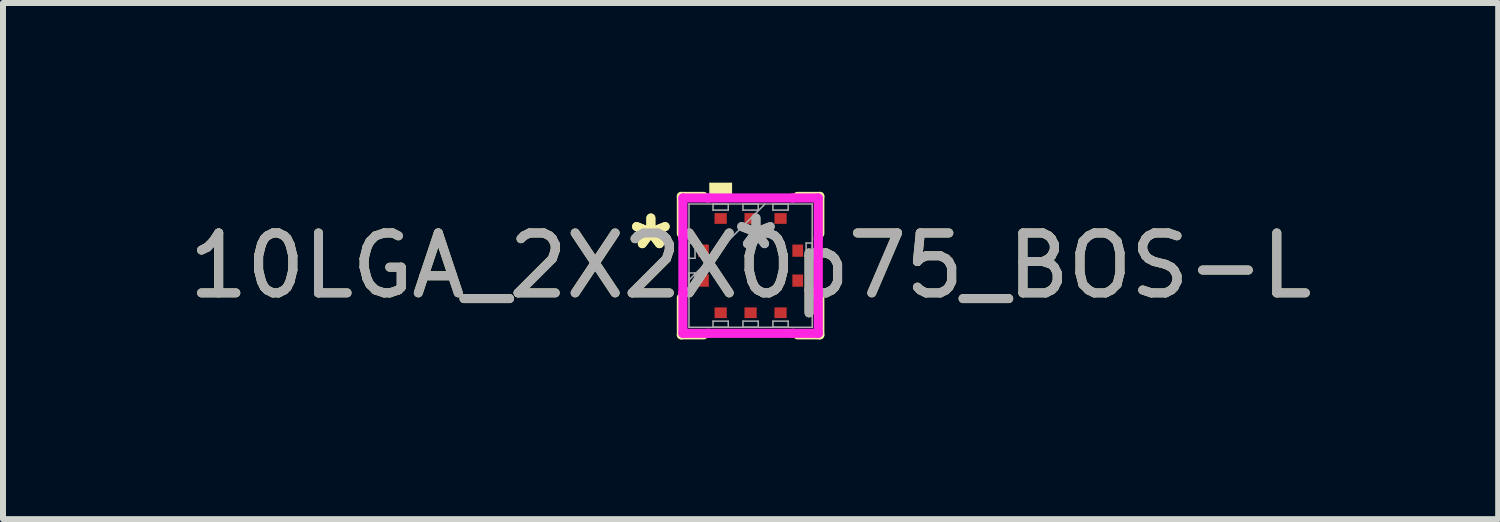
<source format=kicad_pcb>
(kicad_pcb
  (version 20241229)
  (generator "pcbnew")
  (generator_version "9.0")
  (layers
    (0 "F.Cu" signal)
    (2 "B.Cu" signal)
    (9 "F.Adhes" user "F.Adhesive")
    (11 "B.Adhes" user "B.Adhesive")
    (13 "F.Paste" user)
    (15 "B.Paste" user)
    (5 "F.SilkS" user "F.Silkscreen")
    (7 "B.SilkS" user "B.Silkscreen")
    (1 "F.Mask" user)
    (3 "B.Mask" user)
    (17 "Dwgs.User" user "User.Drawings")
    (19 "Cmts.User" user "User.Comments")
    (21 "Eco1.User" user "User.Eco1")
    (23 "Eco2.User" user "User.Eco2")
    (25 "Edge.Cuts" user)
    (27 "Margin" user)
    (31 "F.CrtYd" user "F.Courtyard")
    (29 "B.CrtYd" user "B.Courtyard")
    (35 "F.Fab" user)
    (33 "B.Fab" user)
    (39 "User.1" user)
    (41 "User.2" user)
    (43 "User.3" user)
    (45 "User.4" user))
  (footprint "10LGA_2X2X0p75_BOS-L"
    (layer "F.Cu")
    (at 9.482 1.385)
    (property "Reference" "10LGA_2X2X0p75_BOS-L" (at 0 0 0) (unlocked yes) (layer "F.SilkS") (effects (font (size 1 1) (thickness 0.15))))
    (attr smd)
    (fp_line (start -1.156 -1.156) (end -1.156 -0.534) (stroke (width 0.152) (type solid)) (layer "F.SilkS"))
    (fp_line (start -1.156 0.534) (end -1.156 1.156) (stroke (width 0.152) (type solid)) (layer "F.SilkS"))
    (fp_line (start -1.156 1.156) (end -0.784 1.156) (stroke (width 0.152) (type solid)) (layer "F.SilkS"))
    (fp_line (start -0.784 -1.156) (end -1.156 -1.156) (stroke (width 0.152) (type solid)) (layer "F.SilkS"))
    (fp_line (start 0.784 1.156) (end 1.156 1.156) (stroke (width 0.152) (type solid)) (layer "F.SilkS"))
    (fp_line (start 1.156 -1.156) (end 0.784 -1.156) (stroke (width 0.152) (type solid)) (layer "F.SilkS"))
    (fp_line (start 1.156 -0.534) (end 1.156 -1.156) (stroke (width 0.152) (type solid)) (layer "F.SilkS"))
    (fp_line (start 1.156 1.156) (end 1.156 0.534) (stroke (width 0.152) (type solid)) (layer "F.SilkS"))
    (fp_poly (pts (xy -0.69 -1.131) (xy -0.69 -1.385) (xy -0.309 -1.385) (xy -0.309 -1.131)) (stroke (width 0) (type solid)) (fill yes) (layer "F.SilkS"))
    (fp_line (start -1.13 -1.13) (end -0.704 -1.13) (stroke (width 0.152) (type solid)) (layer "F.CrtYd"))
    (fp_line (start -1.13 -0.454) (end -1.13 -1.13) (stroke (width 0.152) (type solid)) (layer "F.CrtYd"))
    (fp_line (start -1.13 -0.454) (end -1.13 -0.454) (stroke (width 0.152) (type solid)) (layer "F.CrtYd"))
    (fp_line (start -1.13 0.454) (end -1.13 -0.454) (stroke (width 0.152) (type solid)) (layer "F.CrtYd"))
    (fp_line (start -1.13 0.454) (end -1.13 0.454) (stroke (width 0.152) (type solid)) (layer "F.CrtYd"))
    (fp_line (start -1.13 1.13) (end -1.13 0.454) (stroke (width 0.152) (type solid)) (layer "F.CrtYd"))
    (fp_line (start -0.704 -1.13) (end -0.704 -1.13) (stroke (width 0.152) (type solid)) (layer "F.CrtYd"))
    (fp_line (start -0.704 -1.13) (end 0.704 -1.13) (stroke (width 0.152) (type solid)) (layer "F.CrtYd"))
    (fp_line (start -0.704 1.13) (end -1.13 1.13) (stroke (width 0.152) (type solid)) (layer "F.CrtYd"))
    (fp_line (start -0.704 1.13) (end -0.704 1.13) (stroke (width 0.152) (type solid)) (layer "F.CrtYd"))
    (fp_line (start 0.704 -1.13) (end 0.704 -1.13) (stroke (width 0.152) (type solid)) (layer "F.CrtYd"))
    (fp_line (start 0.704 -1.13) (end 1.13 -1.13) (stroke (width 0.152) (type solid)) (layer "F.CrtYd"))
    (fp_line (start 0.704 1.13) (end -0.704 1.13) (stroke (width 0.152) (type solid)) (layer "F.CrtYd"))
    (fp_line (start 0.704 1.13) (end 0.704 1.13) (stroke (width 0.152) (type solid)) (layer "F.CrtYd"))
    (fp_line (start 1.13 -1.13) (end 1.13 -0.454) (stroke (width 0.152) (type solid)) (layer "F.CrtYd"))
    (fp_line (start 1.13 -0.454) (end 1.13 -0.454) (stroke (width 0.152) (type solid)) (layer "F.CrtYd"))
    (fp_line (start 1.13 -0.454) (end 1.13 0.454) (stroke (width 0.152) (type solid)) (layer "F.CrtYd"))
    (fp_line (start 1.13 0.454) (end 1.13 0.454) (stroke (width 0.152) (type solid)) (layer "F.CrtYd"))
    (fp_line (start 1.13 0.454) (end 1.13 1.13) (stroke (width 0.152) (type solid)) (layer "F.CrtYd"))
    (fp_line (start 1.13 1.13) (end 0.704 1.13) (stroke (width 0.152) (type solid)) (layer "F.CrtYd"))
    (fp_line (start -1.029 -1.029) (end -1.029 1.029) (stroke (width 0.025) (type solid)) (layer "F.Fab"))
    (fp_line (start -1.029 -0.377) (end -0.927 -0.377) (stroke (width 0.025) (type solid)) (layer "F.Fab"))
    (fp_line (start -1.029 -0.123) (end -1.029 -0.377) (stroke (width 0.025) (type solid)) (layer "F.Fab"))
    (fp_line (start -1.029 0.123) (end -0.927 0.123) (stroke (width 0.025) (type solid)) (layer "F.Fab"))
    (fp_line (start -1.029 0.241) (end 0.241 -1.029) (stroke (width 0.025) (type solid)) (layer "F.Fab"))
    (fp_line (start -1.029 0.377) (end -1.029 0.123) (stroke (width 0.025) (type solid)) (layer "F.Fab"))
    (fp_line (start -1.029 1.029) (end 1.029 1.029) (stroke (width 0.025) (type solid)) (layer "F.Fab"))
    (fp_line (start -0.927 -0.377) (end -0.927 -0.123) (stroke (width 0.025) (type solid)) (layer "F.Fab"))
    (fp_line (start -0.927 -0.123) (end -1.029 -0.123) (stroke (width 0.025) (type solid)) (layer "F.Fab"))
    (fp_line (start -0.927 0.123) (end -0.927 0.377) (stroke (width 0.025) (type solid)) (layer "F.Fab"))
    (fp_line (start -0.927 0.377) (end -1.029 0.377) (stroke (width 0.025) (type solid)) (layer "F.Fab"))
    (fp_line (start -0.627 -1.029) (end -0.373 -1.029) (stroke (width 0.025) (type solid)) (layer "F.Fab"))
    (fp_line (start -0.627 -0.927) (end -0.627 -1.029) (stroke (width 0.025) (type solid)) (layer "F.Fab"))
    (fp_line (start -0.627 0.927) (end -0.373 0.927) (stroke (width 0.025) (type solid)) (layer "F.Fab"))
    (fp_line (start -0.627 1.029) (end -0.627 0.927) (stroke (width 0.025) (type solid)) (layer "F.Fab"))
    (fp_line (start -0.373 -1.029) (end -0.373 -0.927) (stroke (width 0.025) (type solid)) (layer "F.Fab"))
    (fp_line (start -0.373 -0.927) (end -0.627 -0.927) (stroke (width 0.025) (type solid)) (layer "F.Fab"))
    (fp_line (start -0.373 0.927) (end -0.373 1.029) (stroke (width 0.025) (type solid)) (layer "F.Fab"))
    (fp_line (start -0.373 1.029) (end -0.627 1.029) (stroke (width 0.025) (type solid)) (layer "F.Fab"))
    (fp_line (start -0.127 -1.029) (end 0.127 -1.029) (stroke (width 0.025) (type solid)) (layer "F.Fab"))
    (fp_line (start -0.127 -0.927) (end -0.127 -1.029) (stroke (width 0.025) (type solid)) (layer "F.Fab"))
    (fp_line (start -0.127 0.927) (end 0.127 0.927) (stroke (width 0.025) (type solid)) (layer "F.Fab"))
    (fp_line (start -0.127 1.029) (end -0.127 0.927) (stroke (width 0.025) (type solid)) (layer "F.Fab"))
    (fp_line (start 0.127 -1.029) (end 0.127 -0.927) (stroke (width 0.025) (type solid)) (layer "F.Fab"))
    (fp_line (start 0.127 -0.927) (end -0.127 -0.927) (stroke (width 0.025) (type solid)) (layer "F.Fab"))
    (fp_line (start 0.127 0.927) (end 0.127 1.029) (stroke (width 0.025) (type solid)) (layer "F.Fab"))
    (fp_line (start 0.127 1.029) (end -0.127 1.029) (stroke (width 0.025) (type solid)) (layer "F.Fab"))
    (fp_line (start 0.373 -1.029) (end 0.627 -1.029) (stroke (width 0.025) (type solid)) (layer "F.Fab"))
    (fp_line (start 0.373 -0.927) (end 0.373 -1.029) (stroke (width 0.025) (type solid)) (layer "F.Fab"))
    (fp_line (start 0.373 0.927) (end 0.627 0.927) (stroke (width 0.025) (type solid)) (layer "F.Fab"))
    (fp_line (start 0.373 1.029) (end 0.373 0.927) (stroke (width 0.025) (type solid)) (layer "F.Fab"))
    (fp_line (start 0.627 -1.029) (end 0.627 -0.927) (stroke (width 0.025) (type solid)) (layer "F.Fab"))
    (fp_line (start 0.627 -0.927) (end 0.373 -0.927) (stroke (width 0.025) (type solid)) (layer "F.Fab"))
    (fp_line (start 0.627 0.927) (end 0.627 1.029) (stroke (width 0.025) (type solid)) (layer "F.Fab"))
    (fp_line (start 0.627 1.029) (end 0.373 1.029) (stroke (width 0.025) (type solid)) (layer "F.Fab"))
    (fp_line (start 0.927 -0.377) (end 1.029 -0.377) (stroke (width 0.025) (type solid)) (layer "F.Fab"))
    (fp_line (start 0.927 -0.123) (end 0.927 -0.377) (stroke (width 0.025) (type solid)) (layer "F.Fab"))
    (fp_line (start 0.927 0.123) (end 1.029 0.123) (stroke (width 0.025) (type solid)) (layer "F.Fab"))
    (fp_line (start 0.927 0.377) (end 0.927 0.123) (stroke (width 0.025) (type solid)) (layer "F.Fab"))
    (fp_line (start 1.029 -1.029) (end -1.029 -1.029) (stroke (width 0.025) (type solid)) (layer "F.Fab"))
    (fp_line (start 1.029 -0.377) (end 1.029 -0.123) (stroke (width 0.025) (type solid)) (layer "F.Fab"))
    (fp_line (start 1.029 -0.123) (end 0.927 -0.123) (stroke (width 0.025) (type solid)) (layer "F.Fab"))
    (fp_line (start 1.029 0.123) (end 1.029 0.377) (stroke (width 0.025) (type solid)) (layer "F.Fab"))
    (fp_line (start 1.029 0.377) (end 0.927 0.377) (stroke (width 0.025) (type solid)) (layer "F.Fab"))
    (fp_line (start 1.029 1.029) (end 1.029 -1.029) (stroke (width 0.025) (type solid)) (layer "F.Fab"))
    (fp_text user "*" (at -1.665 -0.25 0) (unlocked yes) (layer "F.SilkS") (effects (font (size 1 1) (thickness 0.15))))
    (fp_text user "*" (at -1.665 -0.25 0) (layer "F.SilkS") (effects (font (size 1 1) (thickness 0.15))))
    (fp_text user "${REFERENCE}" (at 0 0 0) (unlocked yes) (layer "F.Fab") (effects (font (size 1 1) (thickness 0.15))))
    (fp_text user "*" (at 0.09 -0.25 0) (layer "F.Fab") (effects (font (size 1 1) (thickness 0.15))))
    (fp_text user "*" (at 0.09 -0.25 0) (unlocked yes) (layer "F.Fab") (effects (font (size 1 1) (thickness 0.15))))
    (pad "1" smd rect (at -0.787 -0.25 90) (size 0.204 0.179) (layers "F.Cu" "F.Mask" "F.Paste"))
    (pad "2" smd rect (at -0.787 0.25 90) (size 0.204 0.179) (layers "F.Cu" "F.Mask" "F.Paste"))
    (pad "3" smd rect (at -0.5 0.787) (size 0.204 0.179) (layers "F.Cu" "F.Mask" "F.Paste"))
    (pad "4" smd rect (at 0 0.787) (size 0.204 0.179) (layers "F.Cu" "F.Mask" "F.Paste"))
    (pad "5" smd rect (at 0.5 0.787) (size 0.204 0.179) (layers "F.Cu" "F.Mask" "F.Paste"))
    (pad "6" smd rect (at 0.787 0.25 90) (size 0.204 0.179) (layers "F.Cu" "F.Mask" "F.Paste"))
    (pad "7" smd rect (at 0.787 -0.25 90) (size 0.204 0.179) (layers "F.Cu" "F.Mask" "F.Paste"))
    (pad "8" smd rect (at 0.5 -0.787) (size 0.204 0.179) (layers "F.Cu" "F.Mask" "F.Paste"))
    (pad "9" smd rect (at 0 -0.787) (size 0.204 0.179) (layers "F.Cu" "F.Mask" "F.Paste"))
    (pad "10" smd rect (at -0.5 -0.787) (size 0.204 0.179) (layers "F.Cu" "F.Mask" "F.Paste")))
  (gr_rect
    (start -3 -3)
    (end 21.964 5.617)
    (stroke (width 0.1) (type default))
    (fill no)
    (layer "Edge.Cuts")))
</source>
